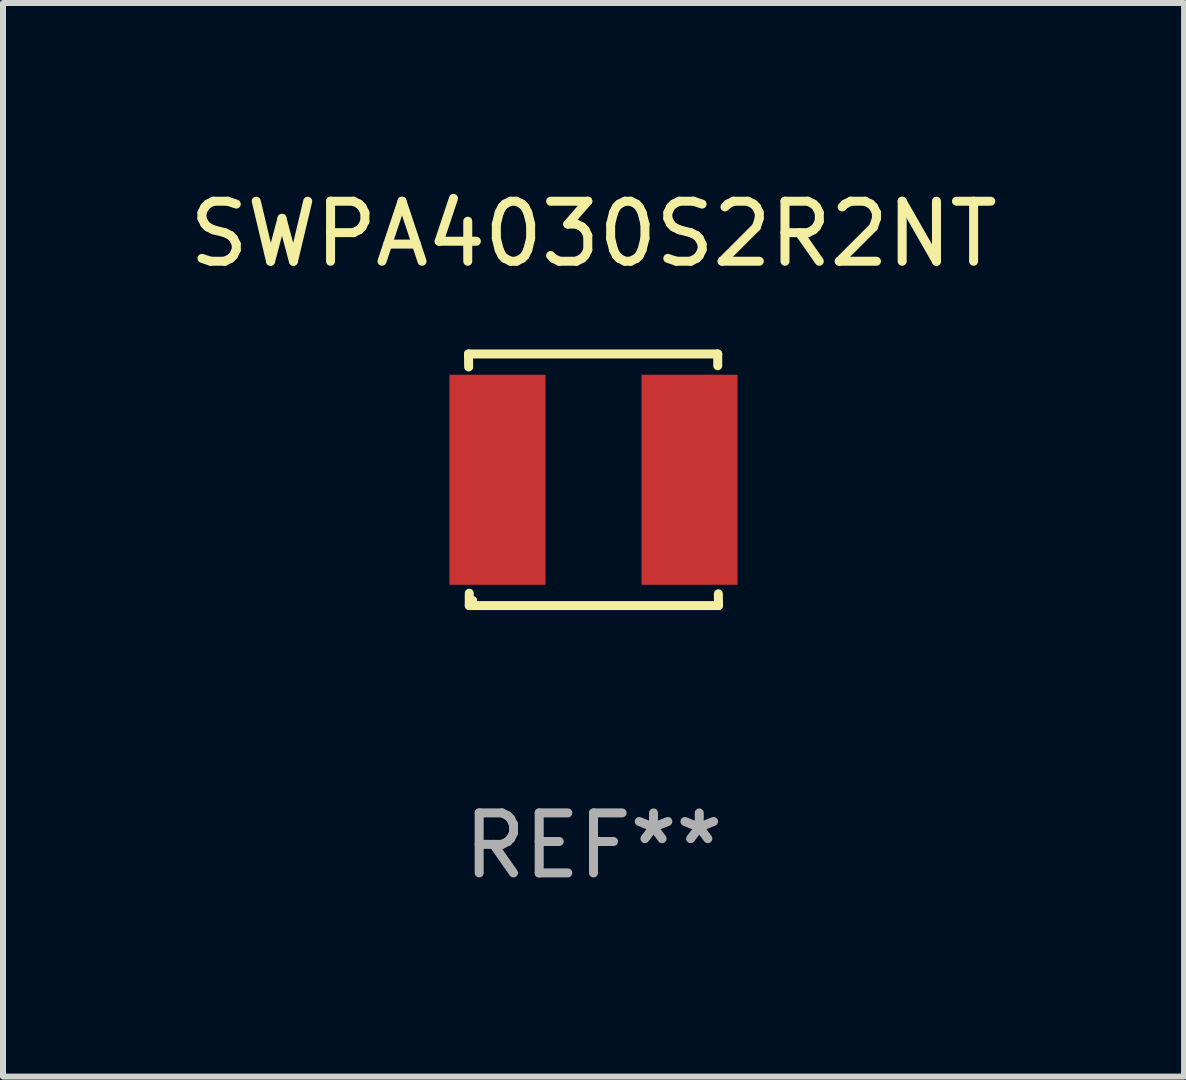
<source format=kicad_pcb>
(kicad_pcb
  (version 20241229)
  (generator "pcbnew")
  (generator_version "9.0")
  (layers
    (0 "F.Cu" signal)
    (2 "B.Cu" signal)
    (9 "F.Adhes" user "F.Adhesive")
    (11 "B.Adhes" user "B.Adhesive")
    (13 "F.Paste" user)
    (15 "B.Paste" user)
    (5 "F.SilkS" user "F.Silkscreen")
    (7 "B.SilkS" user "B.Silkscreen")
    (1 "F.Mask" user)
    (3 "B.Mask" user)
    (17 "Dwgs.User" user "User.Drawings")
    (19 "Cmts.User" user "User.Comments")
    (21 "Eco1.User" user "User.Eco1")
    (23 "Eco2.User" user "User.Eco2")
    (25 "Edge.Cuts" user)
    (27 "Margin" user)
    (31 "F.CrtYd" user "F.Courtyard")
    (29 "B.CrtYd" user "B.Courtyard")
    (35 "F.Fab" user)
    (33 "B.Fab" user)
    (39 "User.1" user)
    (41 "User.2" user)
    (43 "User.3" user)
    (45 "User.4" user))
  (footprint "SWPA4030S2R2NT"
    (layer "F.Cu")
    (at 6.839 4.944)
    (property "Reference" "SWPA4030S2R2NT" (at 0 -4.096 0) (layer "F.SilkS") (effects (font (size 1 1) (thickness 0.15))))
    (attr through_hole)
    (fp_line (start -2.083 -2.096) (end -2.08 -1.88) (stroke (width 0.15) (type solid)) (layer "F.SilkS"))
    (fp_line (start -2.07 1.89) (end -2.07 2.096) (stroke (width 0.15) (type solid)) (layer "F.SilkS"))
    (fp_line (start -2.07 2.096) (end 2.083 2.096) (stroke (width 0.15) (type solid)) (layer "F.SilkS"))
    (fp_line (start 2.07 -1.9) (end 2.07 -2.096) (stroke (width 0.15) (type solid)) (layer "F.SilkS"))
    (fp_line (start 2.07 -2.096) (end -2.083 -2.096) (stroke (width 0.15) (type solid)) (layer "F.SilkS"))
    (fp_line (start 2.083 2.096) (end 2.08 1.9) (stroke (width 0.15) (type solid)) (layer "F.SilkS"))
    (fp_circle (center -2 2) (end -1.97 2) (stroke (width 0.06) (type solid)) (fill no) (layer "F.SilkS"))
    (fp_text user "REF**" (at 0 6.096 0) (layer "F.Fab") (effects (font (size 1 1) (thickness 0.15))))
    (pad "1" smd rect (at -1.6 -0.000343) (size 1.6 3.5) (layers "F.Cu" "F.Mask" "F.Paste"))
    (pad "2" smd rect (at 1.6 -0.000343) (size 1.6 3.5) (layers "F.Cu" "F.Mask" "F.Paste")))
  (gr_rect
    (start -3 -3)
    (end 16.679 14.888)
    (stroke (width 0.1) (type default))
    (fill no)
    (layer "Edge.Cuts")))
</source>
